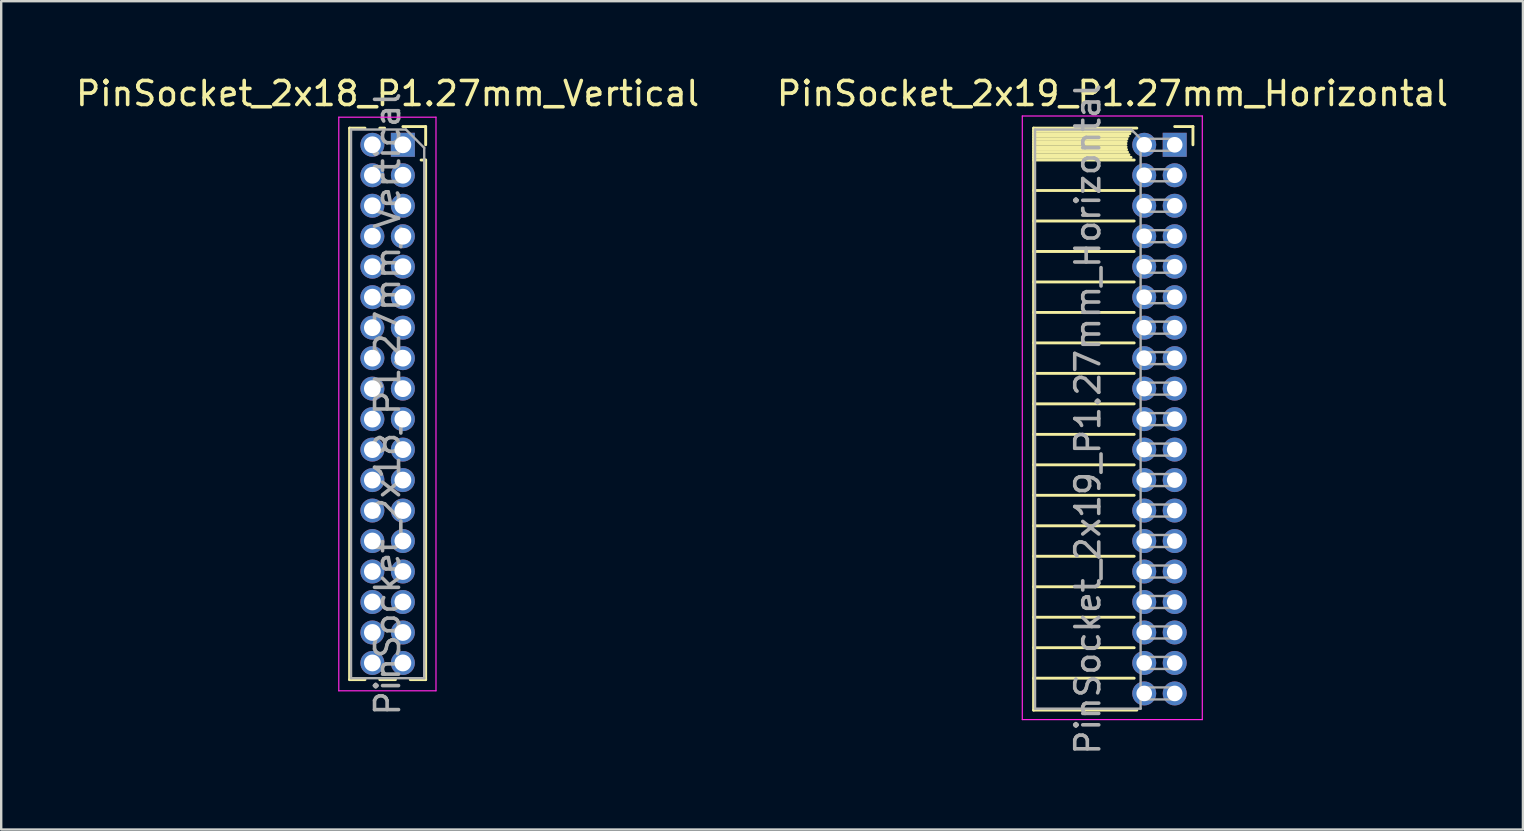
<source format=kicad_pcb>
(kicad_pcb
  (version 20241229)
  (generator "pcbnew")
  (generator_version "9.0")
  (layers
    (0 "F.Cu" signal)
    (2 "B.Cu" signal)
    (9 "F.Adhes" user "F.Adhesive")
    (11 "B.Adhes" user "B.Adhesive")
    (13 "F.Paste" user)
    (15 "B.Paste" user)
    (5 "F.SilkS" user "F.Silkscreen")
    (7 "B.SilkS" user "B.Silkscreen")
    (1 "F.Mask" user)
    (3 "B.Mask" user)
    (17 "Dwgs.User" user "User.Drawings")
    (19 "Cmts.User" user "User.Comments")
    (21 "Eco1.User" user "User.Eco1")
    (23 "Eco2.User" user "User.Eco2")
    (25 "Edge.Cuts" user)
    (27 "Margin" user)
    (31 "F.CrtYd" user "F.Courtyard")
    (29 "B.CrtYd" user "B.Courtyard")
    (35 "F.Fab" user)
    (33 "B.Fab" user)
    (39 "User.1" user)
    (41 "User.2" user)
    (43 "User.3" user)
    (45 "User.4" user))
  (footprint "PinSocket_2x19_P1.27mm_Horizontal"
    (layer "F.Cu")
    (at 45.896 2.983)
    (property "Reference" "PinSocket_2x19_P1.27mm_Horizontal" (at -2.592 -2.135 0) (layer "F.SilkS") (effects (font (size 1 1) (thickness 0.15))))
    (attr through_hole)
    (fp_line (start -5.88 -0.695) (end -5.88 23.555) (stroke (width 0.12) (type solid)) (layer "F.SilkS"))
    (fp_line (start -5.88 -0.695) (end -1.578 -0.695) (stroke (width 0.12) (type solid)) (layer "F.SilkS"))
    (fp_line (start -5.88 -0.575) (end -1.767 -0.575) (stroke (width 0.12) (type solid)) (layer "F.SilkS"))
    (fp_line (start -5.88 -0.465) (end -1.871 -0.465) (stroke (width 0.12) (type solid)) (layer "F.SilkS"))
    (fp_line (start -5.88 -0.355) (end -1.942 -0.355) (stroke (width 0.12) (type solid)) (layer "F.SilkS"))
    (fp_line (start -5.88 -0.245) (end -1.989 -0.245) (stroke (width 0.12) (type solid)) (layer "F.SilkS"))
    (fp_line (start -5.88 -0.135) (end -2.018 -0.135) (stroke (width 0.12) (type solid)) (layer "F.SilkS"))
    (fp_line (start -5.88 -0.025) (end -2.03 -0.025) (stroke (width 0.12) (type solid)) (layer "F.SilkS"))
    (fp_line (start -5.88 0.085) (end -2.025 0.085) (stroke (width 0.12) (type solid)) (layer "F.SilkS"))
    (fp_line (start -5.88 0.195) (end -2.005 0.195) (stroke (width 0.12) (type solid)) (layer "F.SilkS"))
    (fp_line (start -5.88 0.305) (end -1.966 0.305) (stroke (width 0.12) (type solid)) (layer "F.SilkS"))
    (fp_line (start -5.88 0.415) (end -1.907 0.415) (stroke (width 0.12) (type solid)) (layer "F.SilkS"))
    (fp_line (start -5.88 0.525) (end -1.82 0.525) (stroke (width 0.12) (type solid)) (layer "F.SilkS"))
    (fp_line (start -5.88 0.635) (end -1.688 0.635) (stroke (width 0.12) (type solid)) (layer "F.SilkS"))
    (fp_line (start -5.88 1.905) (end -1.688 1.905) (stroke (width 0.12) (type solid)) (layer "F.SilkS"))
    (fp_line (start -5.88 3.175) (end -1.688 3.175) (stroke (width 0.12) (type solid)) (layer "F.SilkS"))
    (fp_line (start -5.88 4.445) (end -1.688 4.445) (stroke (width 0.12) (type solid)) (layer "F.SilkS"))
    (fp_line (start -5.88 5.715) (end -1.688 5.715) (stroke (width 0.12) (type solid)) (layer "F.SilkS"))
    (fp_line (start -5.88 6.985) (end -1.688 6.985) (stroke (width 0.12) (type solid)) (layer "F.SilkS"))
    (fp_line (start -5.88 8.255) (end -1.688 8.255) (stroke (width 0.12) (type solid)) (layer "F.SilkS"))
    (fp_line (start -5.88 9.525) (end -1.688 9.525) (stroke (width 0.12) (type solid)) (layer "F.SilkS"))
    (fp_line (start -5.88 10.795) (end -1.688 10.795) (stroke (width 0.12) (type solid)) (layer "F.SilkS"))
    (fp_line (start -5.88 12.065) (end -1.688 12.065) (stroke (width 0.12) (type solid)) (layer "F.SilkS"))
    (fp_line (start -5.88 13.335) (end -1.688 13.335) (stroke (width 0.12) (type solid)) (layer "F.SilkS"))
    (fp_line (start -5.88 14.605) (end -1.688 14.605) (stroke (width 0.12) (type solid)) (layer "F.SilkS"))
    (fp_line (start -5.88 15.875) (end -1.688 15.875) (stroke (width 0.12) (type solid)) (layer "F.SilkS"))
    (fp_line (start -5.88 17.145) (end -1.688 17.145) (stroke (width 0.12) (type solid)) (layer "F.SilkS"))
    (fp_line (start -5.88 18.415) (end -1.688 18.415) (stroke (width 0.12) (type solid)) (layer "F.SilkS"))
    (fp_line (start -5.88 19.685) (end -1.688 19.685) (stroke (width 0.12) (type solid)) (layer "F.SilkS"))
    (fp_line (start -5.88 20.955) (end -1.688 20.955) (stroke (width 0.12) (type solid)) (layer "F.SilkS"))
    (fp_line (start -5.88 22.225) (end -1.688 22.225) (stroke (width 0.12) (type solid)) (layer "F.SilkS"))
    (fp_line (start -5.88 23.555) (end -1.578 23.555) (stroke (width 0.12) (type solid)) (layer "F.SilkS"))
    (fp_line (start 0 -0.76) (end 0.76 -0.76) (stroke (width 0.12) (type solid)) (layer "F.SilkS"))
    (fp_line (start 0.76 -0.76) (end 0.76 0) (stroke (width 0.12) (type solid)) (layer "F.SilkS"))
    (fp_line (start -6.35 -1.2) (end -6.35 23.95) (stroke (width 0.05) (type solid)) (layer "F.CrtYd"))
    (fp_line (start -6.35 23.95) (end 1.15 23.95) (stroke (width 0.05) (type solid)) (layer "F.CrtYd"))
    (fp_line (start 1.15 -1.2) (end -6.35 -1.2) (stroke (width 0.05) (type solid)) (layer "F.CrtYd"))
    (fp_line (start 1.15 23.95) (end 1.15 -1.2) (stroke (width 0.05) (type solid)) (layer "F.CrtYd"))
    (fp_line (start -5.82 -0.635) (end -1.805 -0.635) (stroke (width 0.1) (type solid)) (layer "F.Fab"))
    (fp_line (start -5.82 23.495) (end -5.82 -0.635) (stroke (width 0.1) (type solid)) (layer "F.Fab"))
    (fp_line (start -1.805 -0.635) (end -1.42 -0.25) (stroke (width 0.1) (type solid)) (layer "F.Fab"))
    (fp_line (start -1.42 -0.25) (end -1.42 23.495) (stroke (width 0.1) (type solid)) (layer "F.Fab"))
    (fp_line (start -1.42 0.25) (end 0 0.25) (stroke (width 0.1) (type solid)) (layer "F.Fab"))
    (fp_line (start -1.42 1.52) (end 0 1.52) (stroke (width 0.1) (type solid)) (layer "F.Fab"))
    (fp_line (start -1.42 2.79) (end 0 2.79) (stroke (width 0.1) (type solid)) (layer "F.Fab"))
    (fp_line (start -1.42 4.06) (end 0 4.06) (stroke (width 0.1) (type solid)) (layer "F.Fab"))
    (fp_line (start -1.42 5.33) (end 0 5.33) (stroke (width 0.1) (type solid)) (layer "F.Fab"))
    (fp_line (start -1.42 6.6) (end 0 6.6) (stroke (width 0.1) (type solid)) (layer "F.Fab"))
    (fp_line (start -1.42 7.87) (end 0 7.87) (stroke (width 0.1) (type solid)) (layer "F.Fab"))
    (fp_line (start -1.42 9.14) (end 0 9.14) (stroke (width 0.1) (type solid)) (layer "F.Fab"))
    (fp_line (start -1.42 10.41) (end 0 10.41) (stroke (width 0.1) (type solid)) (layer "F.Fab"))
    (fp_line (start -1.42 11.68) (end 0 11.68) (stroke (width 0.1) (type solid)) (layer "F.Fab"))
    (fp_line (start -1.42 12.95) (end 0 12.95) (stroke (width 0.1) (type solid)) (layer "F.Fab"))
    (fp_line (start -1.42 14.22) (end 0 14.22) (stroke (width 0.1) (type solid)) (layer "F.Fab"))
    (fp_line (start -1.42 15.49) (end 0 15.49) (stroke (width 0.1) (type solid)) (layer "F.Fab"))
    (fp_line (start -1.42 16.76) (end 0 16.76) (stroke (width 0.1) (type solid)) (layer "F.Fab"))
    (fp_line (start -1.42 18.03) (end 0 18.03) (stroke (width 0.1) (type solid)) (layer "F.Fab"))
    (fp_line (start -1.42 19.3) (end 0 19.3) (stroke (width 0.1) (type solid)) (layer "F.Fab"))
    (fp_line (start -1.42 20.57) (end 0 20.57) (stroke (width 0.1) (type solid)) (layer "F.Fab"))
    (fp_line (start -1.42 21.84) (end 0 21.84) (stroke (width 0.1) (type solid)) (layer "F.Fab"))
    (fp_line (start -1.42 23.11) (end 0 23.11) (stroke (width 0.1) (type solid)) (layer "F.Fab"))
    (fp_line (start -1.42 23.495) (end -5.82 23.495) (stroke (width 0.1) (type solid)) (layer "F.Fab"))
    (fp_line (start 0 -0.25) (end -1.42 -0.25) (stroke (width 0.1) (type solid)) (layer "F.Fab"))
    (fp_line (start 0 0.25) (end 0 -0.25) (stroke (width 0.1) (type solid)) (layer "F.Fab"))
    (fp_line (start 0 1.02) (end -1.42 1.02) (stroke (width 0.1) (type solid)) (layer "F.Fab"))
    (fp_line (start 0 1.52) (end 0 1.02) (stroke (width 0.1) (type solid)) (layer "F.Fab"))
    (fp_line (start 0 2.29) (end -1.42 2.29) (stroke (width 0.1) (type solid)) (layer "F.Fab"))
    (fp_line (start 0 2.79) (end 0 2.29) (stroke (width 0.1) (type solid)) (layer "F.Fab"))
    (fp_line (start 0 3.56) (end -1.42 3.56) (stroke (width 0.1) (type solid)) (layer "F.Fab"))
    (fp_line (start 0 4.06) (end 0 3.56) (stroke (width 0.1) (type solid)) (layer "F.Fab"))
    (fp_line (start 0 4.83) (end -1.42 4.83) (stroke (width 0.1) (type solid)) (layer "F.Fab"))
    (fp_line (start 0 5.33) (end 0 4.83) (stroke (width 0.1) (type solid)) (layer "F.Fab"))
    (fp_line (start 0 6.1) (end -1.42 6.1) (stroke (width 0.1) (type solid)) (layer "F.Fab"))
    (fp_line (start 0 6.6) (end 0 6.1) (stroke (width 0.1) (type solid)) (layer "F.Fab"))
    (fp_line (start 0 7.37) (end -1.42 7.37) (stroke (width 0.1) (type solid)) (layer "F.Fab"))
    (fp_line (start 0 7.87) (end 0 7.37) (stroke (width 0.1) (type solid)) (layer "F.Fab"))
    (fp_line (start 0 8.64) (end -1.42 8.64) (stroke (width 0.1) (type solid)) (layer "F.Fab"))
    (fp_line (start 0 9.14) (end 0 8.64) (stroke (width 0.1) (type solid)) (layer "F.Fab"))
    (fp_line (start 0 9.91) (end -1.42 9.91) (stroke (width 0.1) (type solid)) (layer "F.Fab"))
    (fp_line (start 0 10.41) (end 0 9.91) (stroke (width 0.1) (type solid)) (layer "F.Fab"))
    (fp_line (start 0 11.18) (end -1.42 11.18) (stroke (width 0.1) (type solid)) (layer "F.Fab"))
    (fp_line (start 0 11.68) (end 0 11.18) (stroke (width 0.1) (type solid)) (layer "F.Fab"))
    (fp_line (start 0 12.45) (end -1.42 12.45) (stroke (width 0.1) (type solid)) (layer "F.Fab"))
    (fp_line (start 0 12.95) (end 0 12.45) (stroke (width 0.1) (type solid)) (layer "F.Fab"))
    (fp_line (start 0 13.72) (end -1.42 13.72) (stroke (width 0.1) (type solid)) (layer "F.Fab"))
    (fp_line (start 0 14.22) (end 0 13.72) (stroke (width 0.1) (type solid)) (layer "F.Fab"))
    (fp_line (start 0 14.99) (end -1.42 14.99) (stroke (width 0.1) (type solid)) (layer "F.Fab"))
    (fp_line (start 0 15.49) (end 0 14.99) (stroke (width 0.1) (type solid)) (layer "F.Fab"))
    (fp_line (start 0 16.26) (end -1.42 16.26) (stroke (width 0.1) (type solid)) (layer "F.Fab"))
    (fp_line (start 0 16.76) (end 0 16.26) (stroke (width 0.1) (type solid)) (layer "F.Fab"))
    (fp_line (start 0 17.53) (end -1.42 17.53) (stroke (width 0.1) (type solid)) (layer "F.Fab"))
    (fp_line (start 0 18.03) (end 0 17.53) (stroke (width 0.1) (type solid)) (layer "F.Fab"))
    (fp_line (start 0 18.8) (end -1.42 18.8) (stroke (width 0.1) (type solid)) (layer "F.Fab"))
    (fp_line (start 0 19.3) (end 0 18.8) (stroke (width 0.1) (type solid)) (layer "F.Fab"))
    (fp_line (start 0 20.07) (end -1.42 20.07) (stroke (width 0.1) (type solid)) (layer "F.Fab"))
    (fp_line (start 0 20.57) (end 0 20.07) (stroke (width 0.1) (type solid)) (layer "F.Fab"))
    (fp_line (start 0 21.34) (end -1.42 21.34) (stroke (width 0.1) (type solid)) (layer "F.Fab"))
    (fp_line (start 0 21.84) (end 0 21.34) (stroke (width 0.1) (type solid)) (layer "F.Fab"))
    (fp_line (start 0 22.61) (end -1.42 22.61) (stroke (width 0.1) (type solid)) (layer "F.Fab"))
    (fp_line (start 0 23.11) (end 0 22.61) (stroke (width 0.1) (type solid)) (layer "F.Fab"))
    (fp_text user "${REFERENCE}" (at -3.62 11.43 90) (layer "F.Fab") (effects (font (size 1 1) (thickness 0.15))))
    (pad "1" thru_hole rect (at 0 0) (size 1 1) (drill 0.65) (layers "*.Cu" "*.Mask"))
    (pad "2" thru_hole oval (at -1.27 0) (size 1 1) (drill 0.65) (layers "*.Cu" "*.Mask"))
    (pad "3" thru_hole oval (at 0 1.27) (size 1 1) (drill 0.65) (layers "*.Cu" "*.Mask"))
    (pad "4" thru_hole oval (at -1.27 1.27) (size 1 1) (drill 0.65) (layers "*.Cu" "*.Mask"))
    (pad "5" thru_hole oval (at 0 2.54) (size 1 1) (drill 0.65) (layers "*.Cu" "*.Mask"))
    (pad "6" thru_hole oval (at -1.27 2.54) (size 1 1) (drill 0.65) (layers "*.Cu" "*.Mask"))
    (pad "7" thru_hole oval (at 0 3.81) (size 1 1) (drill 0.65) (layers "*.Cu" "*.Mask"))
    (pad "8" thru_hole oval (at -1.27 3.81) (size 1 1) (drill 0.65) (layers "*.Cu" "*.Mask"))
    (pad "9" thru_hole oval (at 0 5.08) (size 1 1) (drill 0.65) (layers "*.Cu" "*.Mask"))
    (pad "10" thru_hole oval (at -1.27 5.08) (size 1 1) (drill 0.65) (layers "*.Cu" "*.Mask"))
    (pad "11" thru_hole oval (at 0 6.35) (size 1 1) (drill 0.65) (layers "*.Cu" "*.Mask"))
    (pad "12" thru_hole oval (at -1.27 6.35) (size 1 1) (drill 0.65) (layers "*.Cu" "*.Mask"))
    (pad "13" thru_hole oval (at 0 7.62) (size 1 1) (drill 0.65) (layers "*.Cu" "*.Mask"))
    (pad "14" thru_hole oval (at -1.27 7.62) (size 1 1) (drill 0.65) (layers "*.Cu" "*.Mask"))
    (pad "15" thru_hole oval (at 0 8.89) (size 1 1) (drill 0.65) (layers "*.Cu" "*.Mask"))
    (pad "16" thru_hole oval (at -1.27 8.89) (size 1 1) (drill 0.65) (layers "*.Cu" "*.Mask"))
    (pad "17" thru_hole oval (at 0 10.16) (size 1 1) (drill 0.65) (layers "*.Cu" "*.Mask"))
    (pad "18" thru_hole oval (at -1.27 10.16) (size 1 1) (drill 0.65) (layers "*.Cu" "*.Mask"))
    (pad "19" thru_hole oval (at 0 11.43) (size 1 1) (drill 0.65) (layers "*.Cu" "*.Mask"))
    (pad "20" thru_hole oval (at -1.27 11.43) (size 1 1) (drill 0.65) (layers "*.Cu" "*.Mask"))
    (pad "21" thru_hole oval (at 0 12.7) (size 1 1) (drill 0.65) (layers "*.Cu" "*.Mask"))
    (pad "22" thru_hole oval (at -1.27 12.7) (size 1 1) (drill 0.65) (layers "*.Cu" "*.Mask"))
    (pad "23" thru_hole oval (at 0 13.97) (size 1 1) (drill 0.65) (layers "*.Cu" "*.Mask"))
    (pad "24" thru_hole oval (at -1.27 13.97) (size 1 1) (drill 0.65) (layers "*.Cu" "*.Mask"))
    (pad "25" thru_hole oval (at 0 15.24) (size 1 1) (drill 0.65) (layers "*.Cu" "*.Mask"))
    (pad "26" thru_hole oval (at -1.27 15.24) (size 1 1) (drill 0.65) (layers "*.Cu" "*.Mask"))
    (pad "27" thru_hole oval (at 0 16.51) (size 1 1) (drill 0.65) (layers "*.Cu" "*.Mask"))
    (pad "28" thru_hole oval (at -1.27 16.51) (size 1 1) (drill 0.65) (layers "*.Cu" "*.Mask"))
    (pad "29" thru_hole oval (at 0 17.78) (size 1 1) (drill 0.65) (layers "*.Cu" "*.Mask"))
    (pad "30" thru_hole oval (at -1.27 17.78) (size 1 1) (drill 0.65) (layers "*.Cu" "*.Mask"))
    (pad "31" thru_hole oval (at 0 19.05) (size 1 1) (drill 0.65) (layers "*.Cu" "*.Mask"))
    (pad "32" thru_hole oval (at -1.27 19.05) (size 1 1) (drill 0.65) (layers "*.Cu" "*.Mask"))
    (pad "33" thru_hole oval (at 0 20.32) (size 1 1) (drill 0.65) (layers "*.Cu" "*.Mask"))
    (pad "34" thru_hole oval (at -1.27 20.32) (size 1 1) (drill 0.65) (layers "*.Cu" "*.Mask"))
    (pad "35" thru_hole oval (at 0 21.59) (size 1 1) (drill 0.65) (layers "*.Cu" "*.Mask"))
    (pad "36" thru_hole oval (at -1.27 21.59) (size 1 1) (drill 0.65) (layers "*.Cu" "*.Mask"))
    (pad "37" thru_hole oval (at 0 22.86) (size 1 1) (drill 0.65) (layers "*.Cu" "*.Mask"))
    (pad "38" thru_hole oval (at -1.27 22.86) (size 1 1) (drill 0.65) (layers "*.Cu" "*.Mask")))
  (footprint "PinSocket_2x18_P1.27mm_Vertical"
    (layer "F.Cu")
    (at 13.736 2.983)
    (property "Reference" "PinSocket_2x18_P1.27mm_Vertical" (at -0.635 -2.135 0) (layer "F.SilkS") (effects (font (size 1 1) (thickness 0.15))))
    (attr through_hole)
    (fp_line (start -2.22 -0.695) (end -2.22 22.285) (stroke (width 0.12) (type solid)) (layer "F.SilkS"))
    (fp_line (start -2.22 -0.695) (end -1.578 -0.695) (stroke (width 0.12) (type solid)) (layer "F.SilkS"))
    (fp_line (start -2.22 22.285) (end -1.578 22.285) (stroke (width 0.12) (type solid)) (layer "F.SilkS"))
    (fp_line (start -0.962 -0.695) (end -0.76 -0.695) (stroke (width 0.12) (type solid)) (layer "F.SilkS"))
    (fp_line (start -0.962 22.285) (end -0.308 22.285) (stroke (width 0.12) (type solid)) (layer "F.SilkS"))
    (fp_line (start 0 -0.76) (end 0.95 -0.76) (stroke (width 0.12) (type solid)) (layer "F.SilkS"))
    (fp_line (start 0.308 22.285) (end 0.95 22.285) (stroke (width 0.12) (type solid)) (layer "F.SilkS"))
    (fp_line (start 0.76 0.635) (end 0.95 0.635) (stroke (width 0.12) (type solid)) (layer "F.SilkS"))
    (fp_line (start 0.95 -0.76) (end 0.95 0) (stroke (width 0.12) (type solid)) (layer "F.SilkS"))
    (fp_line (start 0.95 0.635) (end 0.95 22.285) (stroke (width 0.12) (type solid)) (layer "F.SilkS"))
    (fp_line (start -2.67 -1.15) (end 1.38 -1.15) (stroke (width 0.05) (type solid)) (layer "F.CrtYd"))
    (fp_line (start -2.67 22.75) (end -2.67 -1.15) (stroke (width 0.05) (type solid)) (layer "F.CrtYd"))
    (fp_line (start 1.38 -1.15) (end 1.38 22.75) (stroke (width 0.05) (type solid)) (layer "F.CrtYd"))
    (fp_line (start 1.38 22.75) (end -2.67 22.75) (stroke (width 0.05) (type solid)) (layer "F.CrtYd"))
    (fp_line (start -2.16 -0.635) (end 0.128 -0.635) (stroke (width 0.1) (type solid)) (layer "F.Fab"))
    (fp_line (start -2.16 22.225) (end -2.16 -0.635) (stroke (width 0.1) (type solid)) (layer "F.Fab"))
    (fp_line (start 0.128 -0.635) (end 0.89 0.128) (stroke (width 0.1) (type solid)) (layer "F.Fab"))
    (fp_line (start 0.89 0.128) (end 0.89 22.225) (stroke (width 0.1) (type solid)) (layer "F.Fab"))
    (fp_line (start 0.89 22.225) (end -2.16 22.225) (stroke (width 0.1) (type solid)) (layer "F.Fab"))
    (fp_text user "${REFERENCE}" (at -0.635 10.795 90) (layer "F.Fab") (effects (font (size 1 1) (thickness 0.15))))
    (pad "1" thru_hole rect (at 0 0) (size 1 1) (drill 0.7) (layers "*.Cu" "*.Mask"))
    (pad "2" thru_hole oval (at -1.27 0) (size 1 1) (drill 0.7) (layers "*.Cu" "*.Mask"))
    (pad "3" thru_hole oval (at 0 1.27) (size 1 1) (drill 0.7) (layers "*.Cu" "*.Mask"))
    (pad "4" thru_hole oval (at -1.27 1.27) (size 1 1) (drill 0.7) (layers "*.Cu" "*.Mask"))
    (pad "5" thru_hole oval (at 0 2.54) (size 1 1) (drill 0.7) (layers "*.Cu" "*.Mask"))
    (pad "6" thru_hole oval (at -1.27 2.54) (size 1 1) (drill 0.7) (layers "*.Cu" "*.Mask"))
    (pad "7" thru_hole oval (at 0 3.81) (size 1 1) (drill 0.7) (layers "*.Cu" "*.Mask"))
    (pad "8" thru_hole oval (at -1.27 3.81) (size 1 1) (drill 0.7) (layers "*.Cu" "*.Mask"))
    (pad "9" thru_hole oval (at 0 5.08) (size 1 1) (drill 0.7) (layers "*.Cu" "*.Mask"))
    (pad "10" thru_hole oval (at -1.27 5.08) (size 1 1) (drill 0.7) (layers "*.Cu" "*.Mask"))
    (pad "11" thru_hole oval (at 0 6.35) (size 1 1) (drill 0.7) (layers "*.Cu" "*.Mask"))
    (pad "12" thru_hole oval (at -1.27 6.35) (size 1 1) (drill 0.7) (layers "*.Cu" "*.Mask"))
    (pad "13" thru_hole oval (at 0 7.62) (size 1 1) (drill 0.7) (layers "*.Cu" "*.Mask"))
    (pad "14" thru_hole oval (at -1.27 7.62) (size 1 1) (drill 0.7) (layers "*.Cu" "*.Mask"))
    (pad "15" thru_hole oval (at 0 8.89) (size 1 1) (drill 0.7) (layers "*.Cu" "*.Mask"))
    (pad "16" thru_hole oval (at -1.27 8.89) (size 1 1) (drill 0.7) (layers "*.Cu" "*.Mask"))
    (pad "17" thru_hole oval (at 0 10.16) (size 1 1) (drill 0.7) (layers "*.Cu" "*.Mask"))
    (pad "18" thru_hole oval (at -1.27 10.16) (size 1 1) (drill 0.7) (layers "*.Cu" "*.Mask"))
    (pad "19" thru_hole oval (at 0 11.43) (size 1 1) (drill 0.7) (layers "*.Cu" "*.Mask"))
    (pad "20" thru_hole oval (at -1.27 11.43) (size 1 1) (drill 0.7) (layers "*.Cu" "*.Mask"))
    (pad "21" thru_hole oval (at 0 12.7) (size 1 1) (drill 0.7) (layers "*.Cu" "*.Mask"))
    (pad "22" thru_hole oval (at -1.27 12.7) (size 1 1) (drill 0.7) (layers "*.Cu" "*.Mask"))
    (pad "23" thru_hole oval (at 0 13.97) (size 1 1) (drill 0.7) (layers "*.Cu" "*.Mask"))
    (pad "24" thru_hole oval (at -1.27 13.97) (size 1 1) (drill 0.7) (layers "*.Cu" "*.Mask"))
    (pad "25" thru_hole oval (at 0 15.24) (size 1 1) (drill 0.7) (layers "*.Cu" "*.Mask"))
    (pad "26" thru_hole oval (at -1.27 15.24) (size 1 1) (drill 0.7) (layers "*.Cu" "*.Mask"))
    (pad "27" thru_hole oval (at 0 16.51) (size 1 1) (drill 0.7) (layers "*.Cu" "*.Mask"))
    (pad "28" thru_hole oval (at -1.27 16.51) (size 1 1) (drill 0.7) (layers "*.Cu" "*.Mask"))
    (pad "29" thru_hole oval (at 0 17.78) (size 1 1) (drill 0.7) (layers "*.Cu" "*.Mask"))
    (pad "30" thru_hole oval (at -1.27 17.78) (size 1 1) (drill 0.7) (layers "*.Cu" "*.Mask"))
    (pad "31" thru_hole oval (at 0 19.05) (size 1 1) (drill 0.7) (layers "*.Cu" "*.Mask"))
    (pad "32" thru_hole oval (at -1.27 19.05) (size 1 1) (drill 0.7) (layers "*.Cu" "*.Mask"))
    (pad "33" thru_hole oval (at 0 20.32) (size 1 1) (drill 0.7) (layers "*.Cu" "*.Mask"))
    (pad "34" thru_hole oval (at -1.27 20.32) (size 1 1) (drill 0.7) (layers "*.Cu" "*.Mask"))
    (pad "35" thru_hole oval (at 0 21.59) (size 1 1) (drill 0.7) (layers "*.Cu" "*.Mask"))
    (pad "36" thru_hole oval (at -1.27 21.59) (size 1 1) (drill 0.7) (layers "*.Cu" "*.Mask")))
  (gr_rect
    (start -3 -3)
    (end 60.405 31.514)
    (stroke (width 0.1) (type default))
    (fill no)
    (layer "Edge.Cuts")))
</source>
